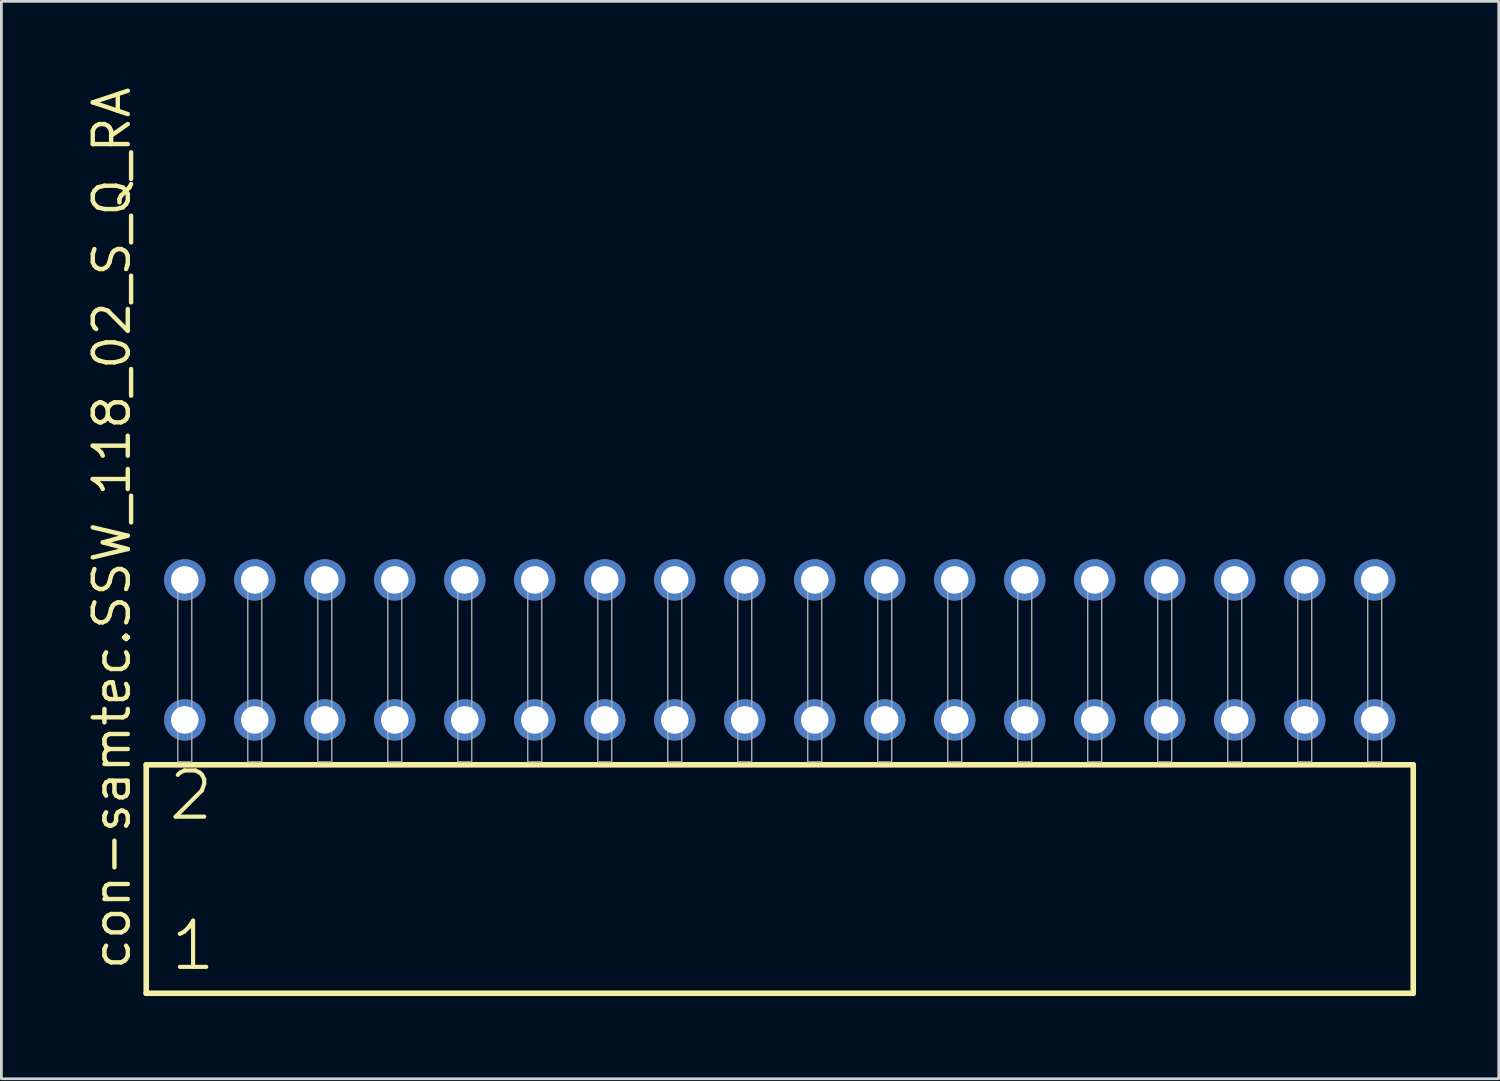
<source format=kicad_pcb>
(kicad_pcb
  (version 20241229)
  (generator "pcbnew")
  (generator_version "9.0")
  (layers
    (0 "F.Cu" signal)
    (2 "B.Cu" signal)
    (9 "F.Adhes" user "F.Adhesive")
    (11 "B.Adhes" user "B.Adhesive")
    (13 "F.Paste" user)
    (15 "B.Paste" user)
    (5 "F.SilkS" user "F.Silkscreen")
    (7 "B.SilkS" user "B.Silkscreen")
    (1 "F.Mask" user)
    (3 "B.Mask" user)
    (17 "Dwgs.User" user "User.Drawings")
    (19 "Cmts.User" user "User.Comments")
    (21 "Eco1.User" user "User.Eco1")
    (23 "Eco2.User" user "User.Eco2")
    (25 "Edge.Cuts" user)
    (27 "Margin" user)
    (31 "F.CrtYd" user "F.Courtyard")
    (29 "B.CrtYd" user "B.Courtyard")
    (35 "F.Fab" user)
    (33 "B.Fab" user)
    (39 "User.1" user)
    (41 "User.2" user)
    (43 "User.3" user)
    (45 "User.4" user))
  (footprint "con-samtec.SSW_118_02_S_Q_RA"
    (layer "F.Cu")
    (at 25.245 24.598)
    (property "Reference" "con-samtec.SSW_118_02_S_Q_RA" (at -23.495 7.62 90) (layer "F.SilkS") (effects (font (size 1.27 1.27) (thickness 0.16)) (justify left bottom)))
    (attr through_hole)
    (fp_line (start -22.989 0.106) (end -22.989 8.396) (stroke (width 0.203) (type default)) (layer "F.SilkS"))
    (fp_line (start -22.989 8.396) (end 22.989 8.396) (stroke (width 0.203) (type default)) (layer "F.SilkS"))
    (fp_line (start 22.989 0.106) (end -22.989 0.106) (stroke (width 0.203) (type default)) (layer "F.SilkS"))
    (fp_line (start 22.989 8.396) (end 22.989 0.106) (stroke (width 0.203) (type default)) (layer "F.SilkS"))
    (fp_rect (start -21.844 0) (end -21.336 -6.858) (stroke (width 0.05) (type default)) (fill no) (layer "F.Fab"))
    (fp_rect (start -19.304 0) (end -18.796 -6.858) (stroke (width 0.05) (type default)) (fill no) (layer "F.Fab"))
    (fp_rect (start -16.764 0) (end -16.256 -6.858) (stroke (width 0.05) (type default)) (fill no) (layer "F.Fab"))
    (fp_rect (start -14.224 0) (end -13.716 -6.858) (stroke (width 0.05) (type default)) (fill no) (layer "F.Fab"))
    (fp_rect (start -11.684 0) (end -11.176 -6.858) (stroke (width 0.05) (type default)) (fill no) (layer "F.Fab"))
    (fp_rect (start -9.144 0) (end -8.636 -6.858) (stroke (width 0.05) (type default)) (fill no) (layer "F.Fab"))
    (fp_rect (start -6.604 0) (end -6.096 -6.858) (stroke (width 0.05) (type default)) (fill no) (layer "F.Fab"))
    (fp_rect (start -4.064 0) (end -3.556 -6.858) (stroke (width 0.05) (type default)) (fill no) (layer "F.Fab"))
    (fp_rect (start -1.524 0) (end -1.016 -6.858) (stroke (width 0.05) (type default)) (fill no) (layer "F.Fab"))
    (fp_rect (start 1.016 0) (end 1.524 -6.858) (stroke (width 0.05) (type default)) (fill no) (layer "F.Fab"))
    (fp_rect (start 3.556 0) (end 4.064 -6.858) (stroke (width 0.05) (type default)) (fill no) (layer "F.Fab"))
    (fp_rect (start 6.096 0) (end 6.604 -6.858) (stroke (width 0.05) (type default)) (fill no) (layer "F.Fab"))
    (fp_rect (start 8.636 0) (end 9.144 -6.858) (stroke (width 0.05) (type default)) (fill no) (layer "F.Fab"))
    (fp_rect (start 11.176 0) (end 11.684 -6.858) (stroke (width 0.05) (type default)) (fill no) (layer "F.Fab"))
    (fp_rect (start 13.716 0) (end 14.224 -6.858) (stroke (width 0.05) (type default)) (fill no) (layer "F.Fab"))
    (fp_rect (start 16.256 0) (end 16.764 -6.858) (stroke (width 0.05) (type default)) (fill no) (layer "F.Fab"))
    (fp_rect (start 18.796 0) (end 19.304 -6.858) (stroke (width 0.05) (type default)) (fill no) (layer "F.Fab"))
    (fp_rect (start 21.336 0) (end 21.844 -6.858) (stroke (width 0.05) (type default)) (fill no) (layer "F.Fab"))
    (fp_text user "1" (at -22.185 7.65 0) (layer "F.SilkS") (effects (font (size 1.676 1.676) (thickness 0.15)) (justify left bottom)))
    (fp_text user "2" (at -22.26 2.2 0) (layer "F.SilkS") (effects (font (size 1.676 1.676) (thickness 0.15)) (justify left bottom)))
    (pad "1" thru_hole circle (at -21.59 -1.524) (size 1.5 1.5) (drill 1) (layers "*.Cu" "*.Mask"))
    (pad "2" thru_hole circle (at -21.59 -6.604) (size 1.5 1.5) (drill 1) (layers "*.Cu" "*.Mask"))
    (pad "3" thru_hole circle (at -19.05 -1.524) (size 1.5 1.5) (drill 1) (layers "*.Cu" "*.Mask"))
    (pad "4" thru_hole circle (at -19.05 -6.604) (size 1.5 1.5) (drill 1) (layers "*.Cu" "*.Mask"))
    (pad "5" thru_hole circle (at -16.51 -1.524) (size 1.5 1.5) (drill 1) (layers "*.Cu" "*.Mask"))
    (pad "6" thru_hole circle (at -16.51 -6.604) (size 1.5 1.5) (drill 1) (layers "*.Cu" "*.Mask"))
    (pad "7" thru_hole circle (at -13.97 -1.524) (size 1.5 1.5) (drill 1) (layers "*.Cu" "*.Mask"))
    (pad "8" thru_hole circle (at -13.97 -6.604) (size 1.5 1.5) (drill 1) (layers "*.Cu" "*.Mask"))
    (pad "9" thru_hole circle (at -11.43 -1.524) (size 1.5 1.5) (drill 1) (layers "*.Cu" "*.Mask"))
    (pad "10" thru_hole circle (at -11.43 -6.604) (size 1.5 1.5) (drill 1) (layers "*.Cu" "*.Mask"))
    (pad "11" thru_hole circle (at -8.89 -1.524) (size 1.5 1.5) (drill 1) (layers "*.Cu" "*.Mask"))
    (pad "12" thru_hole circle (at -8.89 -6.604) (size 1.5 1.5) (drill 1) (layers "*.Cu" "*.Mask"))
    (pad "13" thru_hole circle (at -6.35 -1.524) (size 1.5 1.5) (drill 1) (layers "*.Cu" "*.Mask"))
    (pad "14" thru_hole circle (at -6.35 -6.604) (size 1.5 1.5) (drill 1) (layers "*.Cu" "*.Mask"))
    (pad "15" thru_hole circle (at -3.81 -1.524) (size 1.5 1.5) (drill 1) (layers "*.Cu" "*.Mask"))
    (pad "16" thru_hole circle (at -3.81 -6.604) (size 1.5 1.5) (drill 1) (layers "*.Cu" "*.Mask"))
    (pad "17" thru_hole circle (at -1.27 -1.524) (size 1.5 1.5) (drill 1) (layers "*.Cu" "*.Mask"))
    (pad "18" thru_hole circle (at -1.27 -6.604) (size 1.5 1.5) (drill 1) (layers "*.Cu" "*.Mask"))
    (pad "19" thru_hole circle (at 1.27 -1.524) (size 1.5 1.5) (drill 1) (layers "*.Cu" "*.Mask"))
    (pad "20" thru_hole circle (at 1.27 -6.604) (size 1.5 1.5) (drill 1) (layers "*.Cu" "*.Mask"))
    (pad "21" thru_hole circle (at 3.81 -1.524) (size 1.5 1.5) (drill 1) (layers "*.Cu" "*.Mask"))
    (pad "22" thru_hole circle (at 3.81 -6.604) (size 1.5 1.5) (drill 1) (layers "*.Cu" "*.Mask"))
    (pad "23" thru_hole circle (at 6.35 -1.524) (size 1.5 1.5) (drill 1) (layers "*.Cu" "*.Mask"))
    (pad "24" thru_hole circle (at 6.35 -6.604) (size 1.5 1.5) (drill 1) (layers "*.Cu" "*.Mask"))
    (pad "25" thru_hole circle (at 8.89 -1.524) (size 1.5 1.5) (drill 1) (layers "*.Cu" "*.Mask"))
    (pad "26" thru_hole circle (at 8.89 -6.604) (size 1.5 1.5) (drill 1) (layers "*.Cu" "*.Mask"))
    (pad "27" thru_hole circle (at 11.43 -1.524) (size 1.5 1.5) (drill 1) (layers "*.Cu" "*.Mask"))
    (pad "28" thru_hole circle (at 11.43 -6.604) (size 1.5 1.5) (drill 1) (layers "*.Cu" "*.Mask"))
    (pad "29" thru_hole circle (at 13.97 -1.524) (size 1.5 1.5) (drill 1) (layers "*.Cu" "*.Mask"))
    (pad "30" thru_hole circle (at 13.97 -6.604) (size 1.5 1.5) (drill 1) (layers "*.Cu" "*.Mask"))
    (pad "31" thru_hole circle (at 16.51 -1.524) (size 1.5 1.5) (drill 1) (layers "*.Cu" "*.Mask"))
    (pad "32" thru_hole circle (at 16.51 -6.604) (size 1.5 1.5) (drill 1) (layers "*.Cu" "*.Mask"))
    (pad "33" thru_hole circle (at 19.05 -1.524) (size 1.5 1.5) (drill 1) (layers "*.Cu" "*.Mask"))
    (pad "34" thru_hole circle (at 19.05 -6.604) (size 1.5 1.5) (drill 1) (layers "*.Cu" "*.Mask"))
    (pad "35" thru_hole circle (at 21.59 -1.524) (size 1.5 1.5) (drill 1) (layers "*.Cu" "*.Mask"))
    (pad "36" thru_hole circle (at 21.59 -6.604) (size 1.5 1.5) (drill 1) (layers "*.Cu" "*.Mask")))
  (gr_rect
    (start -3 -3)
    (end 51.336 36.096)
    (stroke (width 0.1) (type default))
    (fill no)
    (layer "Edge.Cuts")))
</source>
